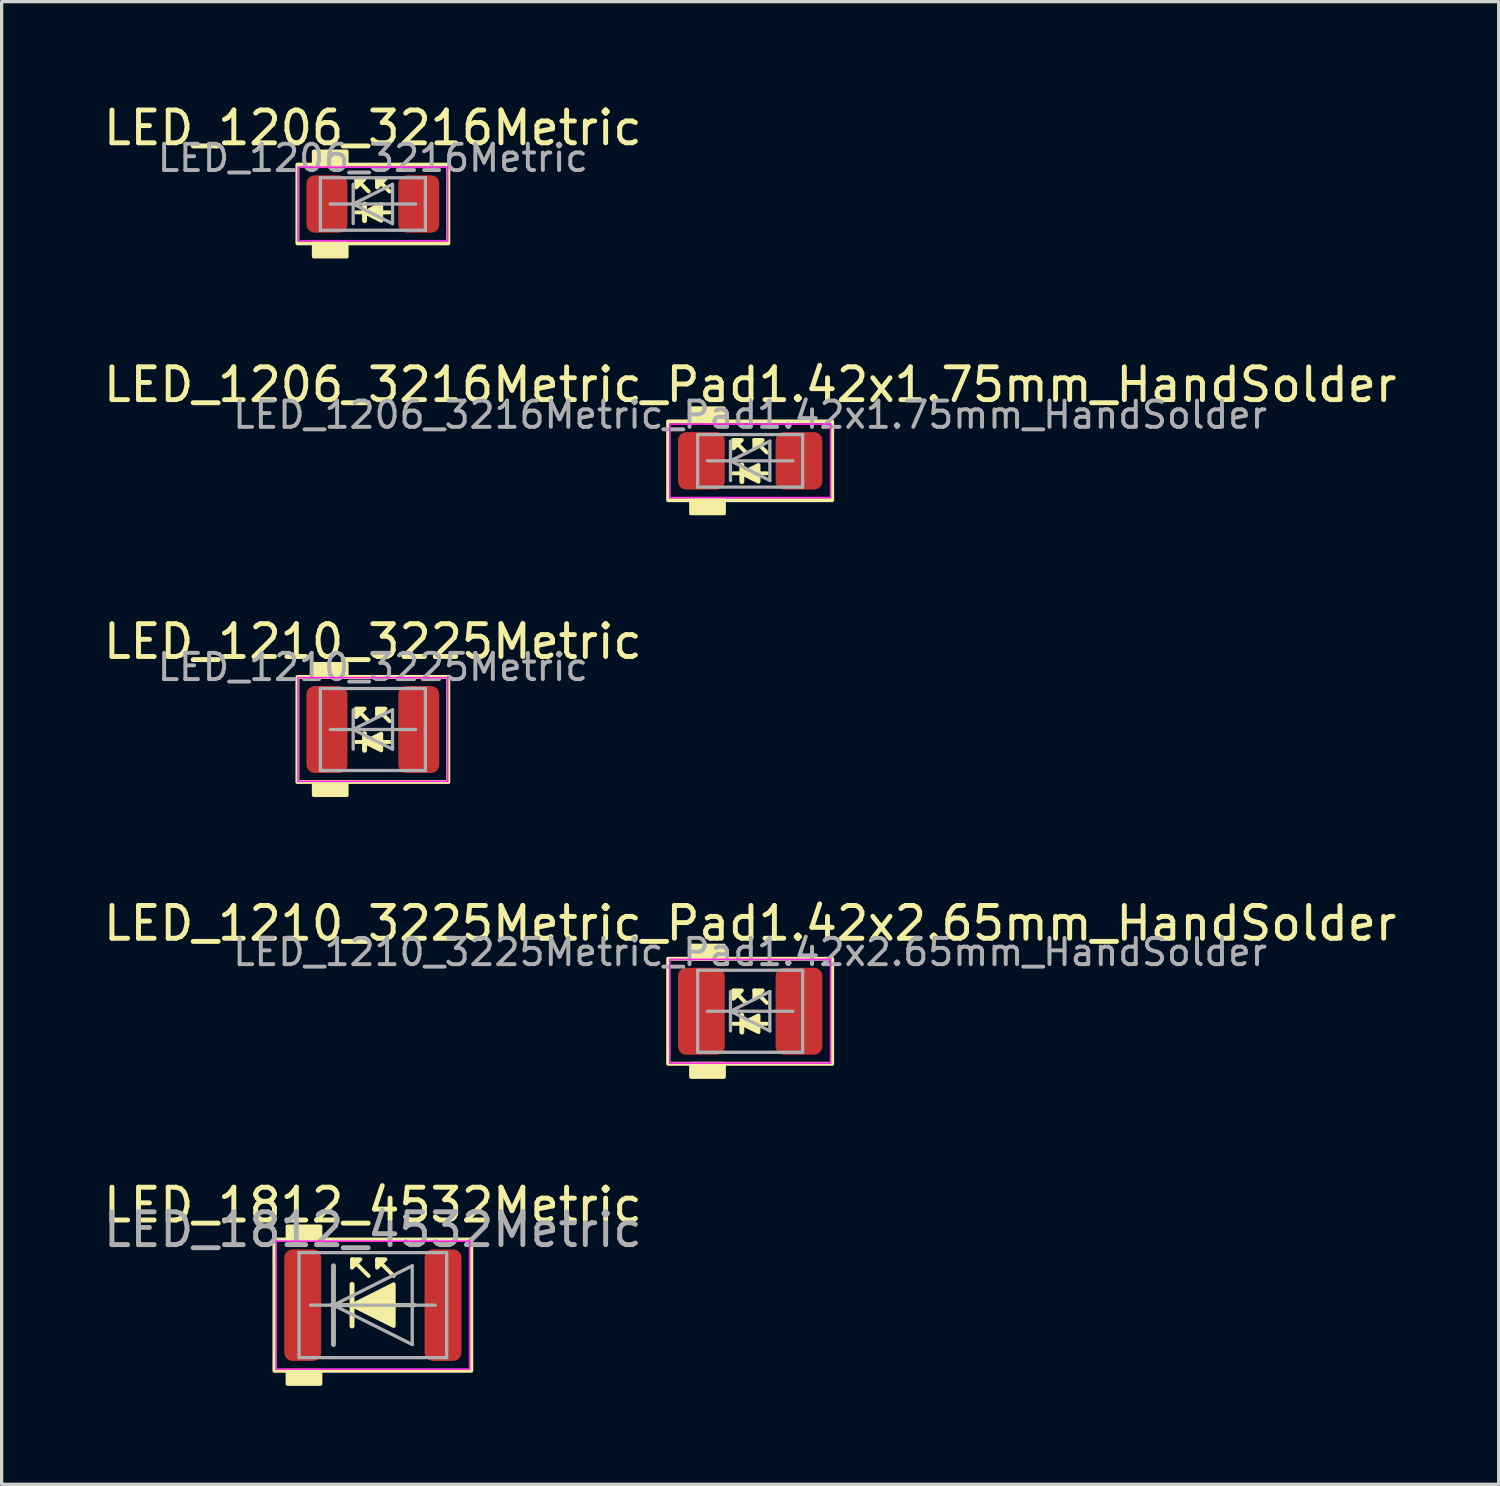
<source format=kicad_pcb>
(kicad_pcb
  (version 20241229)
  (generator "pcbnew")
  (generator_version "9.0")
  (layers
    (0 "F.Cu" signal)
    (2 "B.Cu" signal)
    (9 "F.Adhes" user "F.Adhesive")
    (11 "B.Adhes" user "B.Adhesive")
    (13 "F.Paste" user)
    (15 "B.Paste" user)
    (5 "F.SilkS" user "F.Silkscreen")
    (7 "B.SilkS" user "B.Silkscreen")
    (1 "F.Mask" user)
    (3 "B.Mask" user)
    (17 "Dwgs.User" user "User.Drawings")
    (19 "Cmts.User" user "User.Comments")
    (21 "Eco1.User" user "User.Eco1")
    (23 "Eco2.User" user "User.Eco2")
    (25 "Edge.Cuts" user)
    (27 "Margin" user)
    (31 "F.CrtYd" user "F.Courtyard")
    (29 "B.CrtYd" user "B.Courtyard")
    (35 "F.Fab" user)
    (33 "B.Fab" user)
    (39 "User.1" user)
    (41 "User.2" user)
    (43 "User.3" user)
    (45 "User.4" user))
  (footprint "LED_1210_3225Metric_Pad1.42x2.65mm_HandSolder"
    (layer "F.Cu")
    (at 19.815 27.773)
    (property "Reference" "LED_1210_3225Metric_Pad1.42x2.65mm_HandSolder" (at 0 -2.68 0) (layer "F.SilkS") (effects (font (size 1 1) (thickness 0.15))))
    (attr smd)
    (fp_line (start -0.508 -0.635) (end -0.127 -0.254) (stroke (width 0.12) (type solid)) (layer "F.SilkS"))
    (fp_line (start -0.254 0.127) (end -0.254 0.635) (stroke (width 0.15) (type default)) (layer "F.SilkS"))
    (fp_line (start 0.127 -0.635) (end 0.508 -0.254) (stroke (width 0.12) (type solid)) (layer "F.SilkS"))
    (fp_line (start 0.508 0.381) (end -0.508 0.381) (stroke (width 0.12) (type default)) (layer "F.SilkS"))
    (fp_rect (start -2.5 -1.6) (end 2.5 1.6) (stroke (width 0.12) (type solid)) (fill no) (layer "F.SilkS"))
    (fp_rect (start -1.8 -2) (end -0.8 -1.6) (stroke (width 0.12) (type solid)) (fill yes) (layer "F.SilkS"))
    (fp_rect (start -1.8 1.6) (end -0.8 2) (stroke (width 0.12) (type solid)) (fill yes) (layer "F.SilkS"))
    (fp_poly (pts (xy -0.508 -0.381) (xy -0.254 -0.635) (xy -0.508 -0.635)) (stroke (width 0.12) (type solid)) (fill yes) (layer "F.SilkS"))
    (fp_poly (pts (xy -0.254 0.381) (xy 0.254 0.127) (xy 0.254 0.635)) (stroke (width 0.12) (type solid)) (fill yes) (layer "F.SilkS"))
    (fp_poly (pts (xy 0.127 -0.381) (xy 0.381 -0.635) (xy 0.127 -0.635)) (stroke (width 0.12) (type solid)) (fill yes) (layer "F.SilkS"))
    (fp_line (start -2.45 -1.58) (end 2.45 -1.58) (stroke (width 0.05) (type solid)) (layer "F.CrtYd"))
    (fp_line (start -2.45 1.58) (end -2.45 -1.58) (stroke (width 0.05) (type solid)) (layer "F.CrtYd"))
    (fp_line (start 2.45 -1.58) (end 2.45 1.58) (stroke (width 0.05) (type solid)) (layer "F.CrtYd"))
    (fp_line (start 2.45 1.58) (end -2.45 1.58) (stroke (width 0.05) (type solid)) (layer "F.CrtYd"))
    (fp_line (start -1.6 -1.25) (end -1.6 1.25) (stroke (width 0.1) (type solid)) (layer "F.Fab"))
    (fp_line (start -1.6 1.25) (end 1.6 1.25) (stroke (width 0.1) (type solid)) (layer "F.Fab"))
    (fp_line (start -1.3 0) (end 1.3 0) (stroke (width 0.1) (type default)) (layer "F.Fab"))
    (fp_line (start -0.6 -0.6) (end -0.6 0.6) (stroke (width 0.1) (type default)) (layer "F.Fab"))
    (fp_line (start -0.6 0) (end 0.6 -0.6) (stroke (width 0.1) (type default)) (layer "F.Fab"))
    (fp_line (start 0.6 -0.6) (end 0.6 0.6) (stroke (width 0.1) (type default)) (layer "F.Fab"))
    (fp_line (start 0.6 0.6) (end -0.6 0) (stroke (width 0.1) (type default)) (layer "F.Fab"))
    (fp_line (start 1.6 -1.25) (end -1.6 -1.25) (stroke (width 0.1) (type solid)) (layer "F.Fab"))
    (fp_line (start 1.6 1.25) (end 1.6 -1.25) (stroke (width 0.1) (type solid)) (layer "F.Fab"))
    (fp_text user "${REFERENCE}" (at 0 -1.8 0) (layer "F.Fab") (effects (font (size 0.8 0.8) (thickness 0.12))))
    (pad "1" smd roundrect (at -1.488 0) (size 1.425 2.65) (layers "F.Cu" "F.Mask" "F.Paste") (roundrect_rratio 0.175))
    (pad "2" smd roundrect (at 1.488 0) (size 1.425 2.65) (layers "F.Cu" "F.Mask" "F.Paste") (roundrect_rratio 0.175)))
  (footprint "LED_1210_3225Metric"
    (layer "F.Cu")
    (at 8.315 19.185)
    (property "Reference" "LED_1210_3225Metric" (at 0 -2.68 0) (layer "F.SilkS") (effects (font (size 1 1) (thickness 0.15))))
    (attr smd)
    (fp_line (start -0.508 -0.635) (end -0.127 -0.254) (stroke (width 0.12) (type solid)) (layer "F.SilkS"))
    (fp_line (start -0.254 0.127) (end -0.254 0.635) (stroke (width 0.15) (type default)) (layer "F.SilkS"))
    (fp_line (start 0.127 -0.635) (end 0.508 -0.254) (stroke (width 0.12) (type solid)) (layer "F.SilkS"))
    (fp_line (start 0.508 0.381) (end -0.508 0.381) (stroke (width 0.12) (type default)) (layer "F.SilkS"))
    (fp_rect (start -2.3 -1.6) (end 2.3 1.6) (stroke (width 0.12) (type solid)) (fill no) (layer "F.SilkS"))
    (fp_rect (start -1.8 -2) (end -0.8 -1.6) (stroke (width 0.12) (type solid)) (fill yes) (layer "F.SilkS"))
    (fp_rect (start -1.8 1.6) (end -0.8 2) (stroke (width 0.12) (type solid)) (fill yes) (layer "F.SilkS"))
    (fp_poly (pts (xy -0.508 -0.381) (xy -0.254 -0.635) (xy -0.508 -0.635)) (stroke (width 0.12) (type solid)) (fill yes) (layer "F.SilkS"))
    (fp_poly (pts (xy -0.254 0.381) (xy 0.254 0.127) (xy 0.254 0.635)) (stroke (width 0.12) (type solid)) (fill yes) (layer "F.SilkS"))
    (fp_poly (pts (xy 0.127 -0.381) (xy 0.381 -0.635) (xy 0.127 -0.635)) (stroke (width 0.12) (type solid)) (fill yes) (layer "F.SilkS"))
    (fp_line (start -2.28 -1.58) (end 2.28 -1.58) (stroke (width 0.05) (type solid)) (layer "F.CrtYd"))
    (fp_line (start -2.28 1.58) (end -2.28 -1.58) (stroke (width 0.05) (type solid)) (layer "F.CrtYd"))
    (fp_line (start 2.28 -1.58) (end 2.28 1.58) (stroke (width 0.05) (type solid)) (layer "F.CrtYd"))
    (fp_line (start 2.28 1.58) (end -2.28 1.58) (stroke (width 0.05) (type solid)) (layer "F.CrtYd"))
    (fp_line (start -1.6 -1.25) (end -1.6 1.25) (stroke (width 0.1) (type solid)) (layer "F.Fab"))
    (fp_line (start -1.6 1.25) (end 1.6 1.25) (stroke (width 0.1) (type solid)) (layer "F.Fab"))
    (fp_line (start -1.3 0) (end 1.3 0) (stroke (width 0.1) (type default)) (layer "F.Fab"))
    (fp_line (start -0.6 -0.6) (end -0.6 0.6) (stroke (width 0.1) (type default)) (layer "F.Fab"))
    (fp_line (start -0.6 0) (end 0.6 -0.6) (stroke (width 0.1) (type default)) (layer "F.Fab"))
    (fp_line (start 0.6 -0.6) (end 0.6 0.6) (stroke (width 0.1) (type default)) (layer "F.Fab"))
    (fp_line (start 0.6 0.6) (end -0.6 0) (stroke (width 0.1) (type default)) (layer "F.Fab"))
    (fp_line (start 1.6 -1.25) (end -1.6 -1.25) (stroke (width 0.1) (type solid)) (layer "F.Fab"))
    (fp_line (start 1.6 1.25) (end 1.6 -1.25) (stroke (width 0.1) (type solid)) (layer "F.Fab"))
    (fp_text user "${REFERENCE}" (at 0 -1.9 0) (layer "F.Fab") (effects (font (size 0.8 0.8) (thickness 0.12))))
    (pad "1" smd roundrect (at -1.4 0) (size 1.25 2.65) (layers "F.Cu" "F.Mask" "F.Paste") (roundrect_rratio 0.2))
    (pad "2" smd roundrect (at 1.4 0) (size 1.25 2.65) (layers "F.Cu" "F.Mask" "F.Paste") (roundrect_rratio 0.2)))
  (footprint "LED_1206_3216Metric_Pad1.42x1.75mm_HandSolder"
    (layer "F.Cu")
    (at 19.815 10.996)
    (property "Reference" "LED_1206_3216Metric_Pad1.42x1.75mm_HandSolder" (at 0 -2.32 0) (layer "F.SilkS") (effects (font (size 1 1) (thickness 0.15))))
    (attr smd)
    (fp_line (start -0.508 -0.635) (end -0.127 -0.254) (stroke (width 0.12) (type solid)) (layer "F.SilkS"))
    (fp_line (start -0.254 0.127) (end -0.254 0.635) (stroke (width 0.15) (type default)) (layer "F.SilkS"))
    (fp_line (start 0.127 -0.635) (end 0.508 -0.254) (stroke (width 0.12) (type solid)) (layer "F.SilkS"))
    (fp_line (start 0.508 0.381) (end -0.508 0.381) (stroke (width 0.12) (type default)) (layer "F.SilkS"))
    (fp_rect (start -2.5 -1.2) (end 2.5 1.2) (stroke (width 0.12) (type solid)) (fill no) (layer "F.SilkS"))
    (fp_rect (start -1.8 -1.6) (end -0.8 -1.2) (stroke (width 0.12) (type solid)) (fill yes) (layer "F.SilkS"))
    (fp_rect (start -1.8 1.2) (end -0.8 1.6) (stroke (width 0.12) (type solid)) (fill yes) (layer "F.SilkS"))
    (fp_poly (pts (xy -0.508 -0.381) (xy -0.254 -0.635) (xy -0.508 -0.635)) (stroke (width 0.12) (type solid)) (fill yes) (layer "F.SilkS"))
    (fp_poly (pts (xy -0.254 0.381) (xy 0.254 0.127) (xy 0.254 0.635)) (stroke (width 0.12) (type solid)) (fill yes) (layer "F.SilkS"))
    (fp_poly (pts (xy 0.127 -0.381) (xy 0.381 -0.635) (xy 0.127 -0.635)) (stroke (width 0.12) (type solid)) (fill yes) (layer "F.SilkS"))
    (fp_line (start -2.45 -1.12) (end 2.45 -1.12) (stroke (width 0.05) (type solid)) (layer "F.CrtYd"))
    (fp_line (start -2.45 1.12) (end -2.45 -1.12) (stroke (width 0.05) (type solid)) (layer "F.CrtYd"))
    (fp_line (start 2.45 -1.12) (end 2.45 1.12) (stroke (width 0.05) (type solid)) (layer "F.CrtYd"))
    (fp_line (start 2.45 1.12) (end -2.45 1.12) (stroke (width 0.05) (type solid)) (layer "F.CrtYd"))
    (fp_line (start -1.6 -0.8) (end -1.6 0.8) (stroke (width 0.1) (type solid)) (layer "F.Fab"))
    (fp_line (start -1.6 0.8) (end 1.6 0.8) (stroke (width 0.1) (type solid)) (layer "F.Fab"))
    (fp_line (start -1.3 0) (end 1.3 0) (stroke (width 0.1) (type default)) (layer "F.Fab"))
    (fp_line (start -0.6 -0.6) (end -0.6 0.6) (stroke (width 0.1) (type default)) (layer "F.Fab"))
    (fp_line (start -0.6 0) (end 0.6 -0.6) (stroke (width 0.1) (type default)) (layer "F.Fab"))
    (fp_line (start 0.6 -0.6) (end 0.6 0.6) (stroke (width 0.1) (type default)) (layer "F.Fab"))
    (fp_line (start 0.6 0.6) (end -0.6 0) (stroke (width 0.1) (type default)) (layer "F.Fab"))
    (fp_line (start 1.6 -0.8) (end -1.6 -0.8) (stroke (width 0.1) (type solid)) (layer "F.Fab"))
    (fp_line (start 1.6 0.8) (end 1.6 -0.8) (stroke (width 0.1) (type solid)) (layer "F.Fab"))
    (fp_text user "${REFERENCE}" (at 0 -1.4 0) (layer "F.Fab") (effects (font (size 0.8 0.8) (thickness 0.12))))
    (pad "1" smd roundrect (at -1.488 0) (size 1.425 1.75) (layers "F.Cu" "F.Mask" "F.Paste") (roundrect_rratio 0.175))
    (pad "2" smd roundrect (at 1.488 0) (size 1.425 1.75) (layers "F.Cu" "F.Mask" "F.Paste") (roundrect_rratio 0.175)))
  (footprint "LED_1206_3216Metric"
    (layer "F.Cu")
    (at 8.315 3.168)
    (property "Reference" "LED_1206_3216Metric" (at 0 -2.32 0) (layer "F.SilkS") (effects (font (size 1 1) (thickness 0.15))))
    (attr smd)
    (fp_line (start -0.508 -0.762) (end -0.127 -0.381) (stroke (width 0.12) (type solid)) (layer "F.SilkS"))
    (fp_line (start -0.254 0) (end -0.254 0.508) (stroke (width 0.15) (type default)) (layer "F.SilkS"))
    (fp_line (start 0.127 -0.762) (end 0.508 -0.381) (stroke (width 0.12) (type solid)) (layer "F.SilkS"))
    (fp_line (start 0.508 0.254) (end -0.508 0.254) (stroke (width 0.12) (type default)) (layer "F.SilkS"))
    (fp_rect (start -2.3 -1.2) (end 2.3 1.2) (stroke (width 0.12) (type solid)) (fill no) (layer "F.SilkS"))
    (fp_rect (start -1.8 -1.6) (end -0.8 -1.2) (stroke (width 0.12) (type solid)) (fill yes) (layer "F.SilkS"))
    (fp_rect (start -1.8 1.2) (end -0.8 1.6) (stroke (width 0.12) (type solid)) (fill yes) (layer "F.SilkS"))
    (fp_poly (pts (xy -0.508 -0.508) (xy -0.254 -0.762) (xy -0.508 -0.762)) (stroke (width 0.12) (type solid)) (fill yes) (layer "F.SilkS"))
    (fp_poly (pts (xy -0.254 0.254) (xy 0.254 0) (xy 0.254 0.508)) (stroke (width 0.12) (type solid)) (fill yes) (layer "F.SilkS"))
    (fp_poly (pts (xy 0.127 -0.508) (xy 0.381 -0.762) (xy 0.127 -0.762)) (stroke (width 0.12) (type solid)) (fill yes) (layer "F.SilkS"))
    (fp_line (start -2.28 -1.12) (end 2.28 -1.12) (stroke (width 0.05) (type solid)) (layer "F.CrtYd"))
    (fp_line (start -2.28 1.12) (end -2.28 -1.12) (stroke (width 0.05) (type solid)) (layer "F.CrtYd"))
    (fp_line (start 2.28 -1.12) (end 2.28 1.12) (stroke (width 0.05) (type solid)) (layer "F.CrtYd"))
    (fp_line (start 2.28 1.12) (end -2.28 1.12) (stroke (width 0.05) (type solid)) (layer "F.CrtYd"))
    (fp_line (start -1.6 -0.8) (end -1.6 0.8) (stroke (width 0.1) (type solid)) (layer "F.Fab"))
    (fp_line (start -1.6 0.8) (end 1.6 0.8) (stroke (width 0.1) (type solid)) (layer "F.Fab"))
    (fp_line (start -1.3 0) (end 1.3 0) (stroke (width 0.1) (type default)) (layer "F.Fab"))
    (fp_line (start -0.6 -0.6) (end -0.6 0.6) (stroke (width 0.1) (type default)) (layer "F.Fab"))
    (fp_line (start -0.6 0) (end 0.6 -0.6) (stroke (width 0.1) (type default)) (layer "F.Fab"))
    (fp_line (start 0.6 -0.6) (end 0.6 0.6) (stroke (width 0.1) (type default)) (layer "F.Fab"))
    (fp_line (start 0.6 0.6) (end -0.6 0) (stroke (width 0.1) (type default)) (layer "F.Fab"))
    (fp_line (start 1.6 -0.8) (end -1.6 -0.8) (stroke (width 0.1) (type solid)) (layer "F.Fab"))
    (fp_line (start 1.6 0.8) (end 1.6 -0.8) (stroke (width 0.1) (type solid)) (layer "F.Fab"))
    (fp_text user "${REFERENCE}" (at 0 -1.4 0) (layer "F.Fab") (effects (font (size 0.8 0.8) (thickness 0.12))))
    (pad "1" smd roundrect (at -1.4 0) (size 1.25 1.75) (layers "F.Cu" "F.Mask" "F.Paste") (roundrect_rratio 0.2))
    (pad "2" smd roundrect (at 1.4 0) (size 1.25 1.75) (layers "F.Cu" "F.Mask" "F.Paste") (roundrect_rratio 0.2)))
  (footprint "LED_1812_4532Metric"
    (layer "F.Cu")
    (at 8.315 36.731)
    (property "Reference" "LED_1812_4532Metric" (at 0 -3.05 0) (layer "F.SilkS") (effects (font (size 1 1) (thickness 0.15))))
    (attr smd)
    (fp_line (start -0.635 -1.397) (end -0.127 -0.889) (stroke (width 0.12) (type solid)) (layer "F.SilkS"))
    (fp_line (start -0.635 -0.635) (end -0.635 0.635) (stroke (width 0.15) (type default)) (layer "F.SilkS"))
    (fp_line (start 0.127 -1.397) (end 0.635 -0.889) (stroke (width 0.12) (type solid)) (layer "F.SilkS"))
    (fp_line (start 1.27 0) (end -1.27 0) (stroke (width 0.12) (type default)) (layer "F.SilkS"))
    (fp_rect (start -3 -2) (end 3 2) (stroke (width 0.12) (type solid)) (fill no) (layer "F.SilkS"))
    (fp_rect (start -2.6 -2.4) (end -1.6 -2) (stroke (width 0.12) (type solid)) (fill yes) (layer "F.SilkS"))
    (fp_rect (start -2.6 2) (end -1.6 2.4) (stroke (width 0.12) (type solid)) (fill yes) (layer "F.SilkS"))
    (fp_poly (pts (xy -0.635 -1.143) (xy -0.381 -1.397) (xy -0.635 -1.397)) (stroke (width 0.12) (type solid)) (fill yes) (layer "F.SilkS"))
    (fp_poly (pts (xy -0.635 0) (xy 0.635 -0.635) (xy 0.635 0.635)) (stroke (width 0.12) (type solid)) (fill yes) (layer "F.SilkS"))
    (fp_poly (pts (xy 0.127 -1.143) (xy 0.381 -1.397) (xy 0.127 -1.397)) (stroke (width 0.12) (type solid)) (fill yes) (layer "F.SilkS"))
    (fp_line (start -2.95 -1.95) (end 2.95 -1.95) (stroke (width 0.05) (type solid)) (layer "F.CrtYd"))
    (fp_line (start -2.95 1.95) (end -2.95 -1.95) (stroke (width 0.05) (type solid)) (layer "F.CrtYd"))
    (fp_line (start 2.95 -1.95) (end 2.95 1.95) (stroke (width 0.05) (type solid)) (layer "F.CrtYd"))
    (fp_line (start 2.95 1.95) (end -2.95 1.95) (stroke (width 0.05) (type solid)) (layer "F.CrtYd"))
    (fp_line (start -2.25 -1.6) (end -2.25 1.6) (stroke (width 0.1) (type solid)) (layer "F.Fab"))
    (fp_line (start -2.25 1.6) (end 2.25 1.6) (stroke (width 0.1) (type solid)) (layer "F.Fab"))
    (fp_line (start -1.9 0) (end 1.9 0) (stroke (width 0.1) (type default)) (layer "F.Fab"))
    (fp_line (start -1.2 -1.2) (end -1.2 1.2) (stroke (width 0.15) (type default)) (layer "F.Fab"))
    (fp_line (start -1.2 0) (end 1.2 -1.2) (stroke (width 0.1) (type default)) (layer "F.Fab"))
    (fp_line (start 1.2 -1.2) (end 1.2 1.2) (stroke (width 0.1) (type default)) (layer "F.Fab"))
    (fp_line (start 1.2 1.2) (end -1.2 0) (stroke (width 0.1) (type default)) (layer "F.Fab"))
    (fp_line (start 2.25 -1.6) (end -2.25 -1.6) (stroke (width 0.1) (type solid)) (layer "F.Fab"))
    (fp_line (start 2.25 1.6) (end 2.25 -1.6) (stroke (width 0.1) (type solid)) (layer "F.Fab"))
    (fp_text user "${REFERENCE}" (at 0 -2.3 0) (layer "F.Fab") (effects (font (size 1 1) (thickness 0.15))))
    (pad "1" smd roundrect (at -2.138 0) (size 1.125 3.4) (layers "F.Cu" "F.Mask" "F.Paste") (roundrect_rratio 0.222))
    (pad "2" smd roundrect (at 2.138 0) (size 1.125 3.4) (layers "F.Cu" "F.Mask" "F.Paste") (roundrect_rratio 0.222)))
  (gr_rect
    (start -3 -3)
    (end 42.631 42.191)
    (stroke (width 0.1) (type default))
    (fill no)
    (layer "Edge.Cuts")))
</source>
